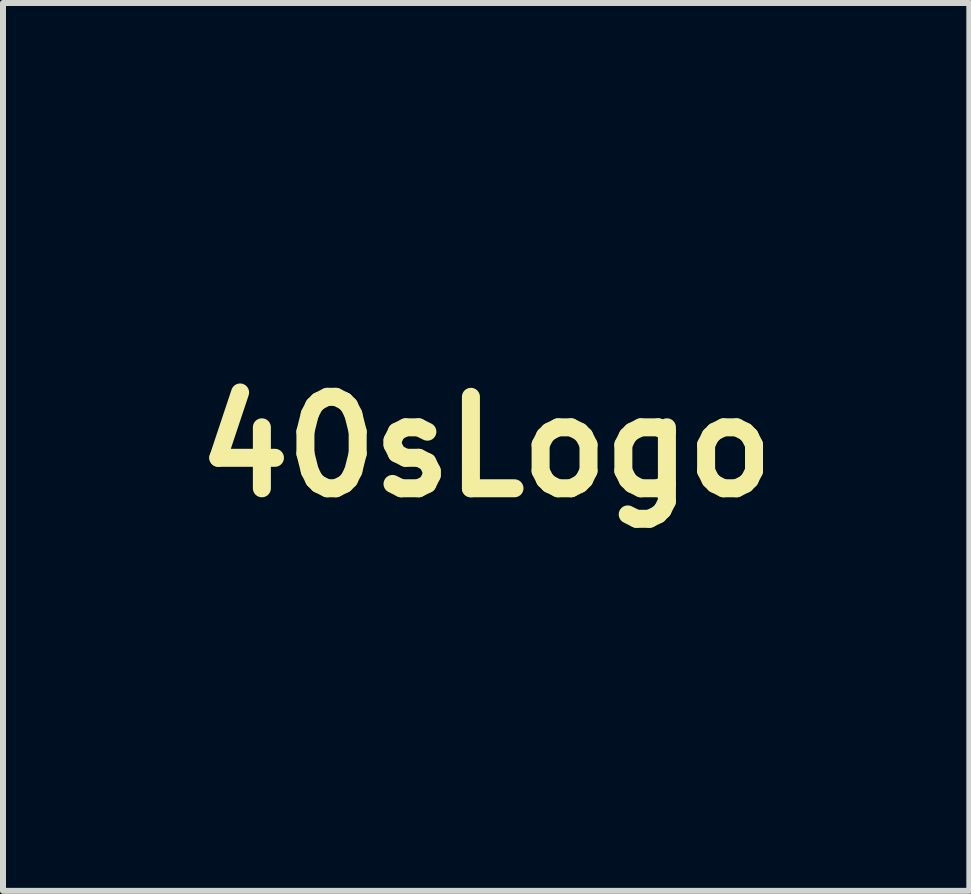
<source format=kicad_pcb>
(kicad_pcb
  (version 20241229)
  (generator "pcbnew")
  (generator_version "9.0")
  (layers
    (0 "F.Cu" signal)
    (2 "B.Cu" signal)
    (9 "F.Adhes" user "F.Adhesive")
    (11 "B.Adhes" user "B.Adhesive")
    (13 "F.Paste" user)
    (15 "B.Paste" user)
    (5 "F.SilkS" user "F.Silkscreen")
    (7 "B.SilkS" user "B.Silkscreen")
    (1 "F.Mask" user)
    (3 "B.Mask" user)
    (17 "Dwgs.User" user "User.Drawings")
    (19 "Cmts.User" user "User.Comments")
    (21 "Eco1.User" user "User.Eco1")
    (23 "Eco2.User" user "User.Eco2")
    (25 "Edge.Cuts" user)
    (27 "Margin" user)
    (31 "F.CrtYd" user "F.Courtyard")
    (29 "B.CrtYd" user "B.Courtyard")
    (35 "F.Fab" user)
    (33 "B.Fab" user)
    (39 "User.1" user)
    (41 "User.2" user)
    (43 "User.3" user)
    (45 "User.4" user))
  (footprint "40sLogo"
    (layer "F.Cu")
    (at 5.051 4.397)
    (property "Reference" "40sLogo" (at 0 0 0) (layer "F.SilkS") (effects (font (size 1.524 1.524) (thickness 0.3))))
    (attr through_hole)
    (fp_poly (pts (xy 1.629 0.279) (xy 1.756 0.314) (xy 1.874 0.371) (xy 1.979 0.448) (xy 2.063 0.537) (xy 2.123 0.626) (xy 2.166 0.717) (xy 2.191 0.818) (xy 2.203 0.932) (xy 2.203 0.978) (xy 2.198 1.09) (xy 2.181 1.187) (xy 2.15 1.275) (xy 2.111 1.35) (xy 2.035 1.456) (xy 1.944 1.542) (xy 1.838 1.61) (xy 1.72 1.657) (xy 1.593 1.682) (xy 1.458 1.686) (xy 1.338 1.67) (xy 1.21 1.634) (xy 1.098 1.576) (xy 0.999 1.498) (xy 0.915 1.399) (xy 0.86 1.308) (xy 0.836 1.253) (xy 0.815 1.183) (xy 0.797 1.106) (xy 0.785 1.031) (xy 0.782 0.983) (xy 1.233 0.983) (xy 1.243 1.052) (xy 1.27 1.117) (xy 1.316 1.174) (xy 1.372 1.215) (xy 1.44 1.239) (xy 1.514 1.244) (xy 1.588 1.23) (xy 1.645 1.203) (xy 1.699 1.16) (xy 1.733 1.113) (xy 1.752 1.055) (xy 1.757 0.981) (xy 1.757 0.978) (xy 1.755 0.915) (xy 1.747 0.872) (xy 1.736 0.847) (xy 1.679 0.781) (xy 1.611 0.737) (xy 1.533 0.716) (xy 1.447 0.719) (xy 1.43 0.723) (xy 1.359 0.75) (xy 1.303 0.794) (xy 1.263 0.85) (xy 1.24 0.914) (xy 1.233 0.983) (xy 0.782 0.983) (xy 0.78 0.966) (xy 0.782 0.927) (xy 0.811 0.789) (xy 0.853 0.671) (xy 0.909 0.57) (xy 0.94 0.529) (xy 0.983 0.482) (xy 1.033 0.435) (xy 1.084 0.394) (xy 1.129 0.364) (xy 1.144 0.356) (xy 1.176 0.341) (xy 1.194 0.331) (xy 1.247 0.307) (xy 1.317 0.287) (xy 1.396 0.273) (xy 1.477 0.267) (xy 1.495 0.267) (xy 1.629 0.279)) (stroke (width 0.01) (type solid)) (fill yes) (layer "F.Mask"))
    (fp_poly (pts (xy 3.694 2.947) (xy 3.748 2.95) (xy 3.792 2.957) (xy 3.835 2.967) (xy 3.873 2.979) (xy 3.921 2.997) (xy 3.961 3.015) (xy 3.986 3.028) (xy 3.989 3.03) (xy 4.012 3.045) (xy 4.024 3.048) (xy 4.04 3.057) (xy 4.068 3.08) (xy 4.104 3.114) (xy 4.143 3.153) (xy 4.18 3.193) (xy 4.211 3.229) (xy 4.231 3.256) (xy 4.236 3.266) (xy 4.25 3.298) (xy 4.26 3.315) (xy 4.272 3.336) (xy 4.287 3.373) (xy 4.303 3.42) (xy 4.306 3.429) (xy 4.331 3.542) (xy 4.338 3.663) (xy 4.328 3.783) (xy 4.307 3.873) (xy 4.29 3.921) (xy 4.274 3.961) (xy 4.262 3.986) (xy 4.26 3.988) (xy 4.244 4.015) (xy 4.236 4.037) (xy 4.221 4.061) (xy 4.193 4.096) (xy 4.154 4.138) (xy 4.111 4.18) (xy 4.068 4.219) (xy 4.03 4.249) (xy 4.013 4.26) (xy 3.949 4.294) (xy 3.895 4.318) (xy 3.843 4.334) (xy 3.785 4.343) (xy 3.715 4.348) (xy 3.658 4.35) (xy 3.59 4.351) (xy 3.528 4.351) (xy 3.477 4.349) (xy 3.445 4.346) (xy 3.442 4.345) (xy 3.374 4.323) (xy 3.298 4.287) (xy 3.223 4.241) (xy 3.157 4.191) (xy 3.145 4.179) (xy 3.105 4.139) (xy 3.066 4.094) (xy 3.033 4.052) (xy 3.009 4.016) (xy 2.997 3.993) (xy 2.997 3.99) (xy 2.992 3.974) (xy 2.978 3.945) (xy 2.972 3.934) (xy 2.959 3.901) (xy 2.944 3.851) (xy 2.931 3.793) (xy 2.927 3.769) (xy 2.918 3.709) (xy 2.913 3.664) (xy 2.914 3.648) (xy 3.359 3.648) (xy 3.366 3.715) (xy 3.387 3.771) (xy 3.388 3.773) (xy 3.443 3.843) (xy 3.507 3.892) (xy 3.578 3.918) (xy 3.653 3.922) (xy 3.728 3.901) (xy 3.744 3.893) (xy 3.802 3.857) (xy 3.842 3.816) (xy 3.869 3.763) (xy 3.881 3.725) (xy 3.892 3.68) (xy 3.895 3.647) (xy 3.891 3.614) (xy 3.882 3.58) (xy 3.85 3.505) (xy 3.801 3.449) (xy 3.734 3.409) (xy 3.724 3.405) (xy 3.663 3.385) (xy 3.613 3.381) (xy 3.563 3.391) (xy 3.536 3.401) (xy 3.469 3.437) (xy 3.419 3.484) (xy 3.391 3.523) (xy 3.368 3.581) (xy 3.359 3.648) (xy 2.914 3.648) (xy 2.914 3.622) (xy 2.92 3.573) (xy 2.927 3.532) (xy 2.939 3.474) (xy 2.953 3.42) (xy 2.967 3.379) (xy 2.972 3.368) (xy 2.988 3.337) (xy 2.997 3.316) (xy 2.997 3.312) (xy 3.006 3.287) (xy 3.031 3.251) (xy 3.067 3.207) (xy 3.111 3.159) (xy 3.159 3.113) (xy 3.205 3.073) (xy 3.247 3.042) (xy 3.257 3.036) (xy 3.335 2.996) (xy 3.409 2.969) (xy 3.487 2.954) (xy 3.577 2.947) (xy 3.623 2.946) (xy 3.694 2.947)) (stroke (width 0.01) (type solid)) (fill yes) (layer "F.Mask"))
    (fp_poly (pts (xy -1.221 -4.375) (xy -1.165 -4.335) (xy -1.119 -4.271) (xy -1.115 -4.266) (xy -1.109 -4.253) (xy -1.103 -4.24) (xy -1.098 -4.225) (xy -1.095 -4.205) (xy -1.092 -4.178) (xy -1.089 -4.143) (xy -1.087 -4.096) (xy -1.085 -4.035) (xy -1.084 -3.959) (xy -1.083 -3.864) (xy -1.081 -3.75) (xy -1.08 -3.612) (xy -1.079 -3.575) (xy -1.073 -2.94) (xy -1.016 -2.943) (xy -0.969 -2.949) (xy -0.923 -2.961) (xy -0.914 -2.964) (xy -0.872 -2.979) (xy -0.812 -2.996) (xy -0.741 -3.013) (xy -0.668 -3.03) (xy -0.629 -3.037) (xy -0.584 -3.046) (xy -0.527 -3.057) (xy -0.468 -3.07) (xy -0.464 -3.071) (xy -0.412 -3.078) (xy -0.339 -3.085) (xy -0.25 -3.089) (xy -0.15 -3.093) (xy -0.042 -3.094) (xy 0.069 -3.094) (xy 0.177 -3.093) (xy 0.28 -3.09) (xy 0.372 -3.086) (xy 0.448 -3.08) (xy 0.505 -3.072) (xy 0.514 -3.07) (xy 0.571 -3.058) (xy 0.627 -3.046) (xy 0.67 -3.037) (xy 0.673 -3.036) (xy 0.74 -3.02) (xy 0.814 -3) (xy 0.89 -2.978) (xy 0.961 -2.956) (xy 1.021 -2.935) (xy 1.064 -2.917) (xy 1.071 -2.914) (xy 1.1 -2.901) (xy 1.121 -2.896) (xy 1.121 -2.896) (xy 1.143 -2.89) (xy 1.184 -2.873) (xy 1.239 -2.848) (xy 1.304 -2.816) (xy 1.377 -2.779) (xy 1.452 -2.739) (xy 1.526 -2.699) (xy 1.595 -2.659) (xy 1.636 -2.635) (xy 1.804 -2.523) (xy 1.975 -2.389) (xy 2.145 -2.238) (xy 2.311 -2.071) (xy 2.382 -1.993) (xy 2.418 -1.951) (xy 2.461 -1.896) (xy 2.507 -1.834) (xy 2.552 -1.771) (xy 2.593 -1.712) (xy 2.625 -1.662) (xy 2.646 -1.626) (xy 2.646 -1.626) (xy 2.658 -1.603) (xy 2.677 -1.57) (xy 2.686 -1.556) (xy 2.773 -1.394) (xy 2.853 -1.213) (xy 2.924 -1.017) (xy 2.985 -0.813) (xy 3.033 -0.605) (xy 3.06 -0.451) (xy 3.069 -0.398) (xy 3.078 -0.348) (xy 3.086 -0.315) (xy 3.1 -0.268) (xy 4.148 -0.26) (xy 4.201 -0.225) (xy 4.246 -0.191) (xy 4.275 -0.157) (xy 4.292 -0.115) (xy 4.298 -0.058) (xy 4.299 -0.019) (xy 4.299 0.083) (xy 4.19 0.248) (xy 4.143 0.319) (xy 4.088 0.402) (xy 4.031 0.489) (xy 3.976 0.571) (xy 3.955 0.603) (xy 3.914 0.666) (xy 3.876 0.722) (xy 3.846 0.769) (xy 3.825 0.801) (xy 3.816 0.815) (xy 3.802 0.837) (xy 3.779 0.871) (xy 3.762 0.895) (xy 3.74 0.929) (xy 3.725 0.954) (xy 3.721 0.964) (xy 3.713 0.979) (xy 3.696 0.997) (xy 3.677 1.017) (xy 3.67 1.03) (xy 3.664 1.045) (xy 3.646 1.074) (xy 3.629 1.099) (xy 3.604 1.136) (xy 3.583 1.166) (xy 3.575 1.179) (xy 3.564 1.196) (xy 3.541 1.232) (xy 3.506 1.284) (xy 3.463 1.351) (xy 3.411 1.43) (xy 3.352 1.519) (xy 3.289 1.615) (xy 3.222 1.716) (xy 3.153 1.821) (xy 3.083 1.926) (xy 3.015 2.029) (xy 2.949 2.129) (xy 2.887 2.223) (xy 2.83 2.308) (xy 2.781 2.382) (xy 2.74 2.444) (xy 2.709 2.49) (xy 2.692 2.515) (xy 2.679 2.534) (xy 2.654 2.572) (xy 2.619 2.626) (xy 2.575 2.692) (xy 2.525 2.767) (xy 2.47 2.85) (xy 2.413 2.936) (xy 2.355 3.023) (xy 2.299 3.109) (xy 2.245 3.189) (xy 2.197 3.262) (xy 2.155 3.325) (xy 2.123 3.374) (xy 2.101 3.407) (xy 2.095 3.416) (xy 2.069 3.457) (xy 2.032 3.512) (xy 1.988 3.579) (xy 1.937 3.655) (xy 1.883 3.737) (xy 1.825 3.823) (xy 1.768 3.909) (xy 1.712 3.993) (xy 1.659 4.072) (xy 1.611 4.143) (xy 1.571 4.203) (xy 1.539 4.25) (xy 1.518 4.28) (xy 1.511 4.291) (xy 1.46 4.341) (xy 1.4 4.372) (xy 1.335 4.383) (xy 1.271 4.376) (xy 1.212 4.351) (xy 1.162 4.311) (xy 1.125 4.254) (xy 1.109 4.204) (xy 1.106 4.176) (xy 1.108 4.146) (xy 1.116 4.112) (xy 1.131 4.073) (xy 1.156 4.024) (xy 1.19 3.965) (xy 1.236 3.891) (xy 1.294 3.801) (xy 1.342 3.728) (xy 1.397 3.645) (xy 1.449 3.567) (xy 1.495 3.497) (xy 1.535 3.437) (xy 1.565 3.392) (xy 1.583 3.363) (xy 1.586 3.359) (xy 1.608 3.326) (xy 1.624 3.302) (xy 1.629 3.296) (xy 1.645 3.273) (xy 1.67 3.236) (xy 1.702 3.188) (xy 1.738 3.133) (xy 1.777 3.074) (xy 1.814 3.016) (xy 1.848 2.963) (xy 1.876 2.919) (xy 1.896 2.887) (xy 1.905 2.871) (xy 1.905 2.871) (xy 1.913 2.856) (xy 1.93 2.838) (xy 1.949 2.816) (xy 1.956 2.8) (xy 1.964 2.781) (xy 1.981 2.762) (xy 2 2.74) (xy 2.007 2.724) (xy 2.015 2.705) (xy 2.032 2.686) (xy 2.051 2.666) (xy 2.057 2.653) (xy 2.064 2.638) (xy 2.082 2.609) (xy 2.099 2.584) (xy 2.124 2.547) (xy 2.145 2.517) (xy 2.153 2.504) (xy 2.164 2.486) (xy 2.186 2.452) (xy 2.216 2.406) (xy 2.251 2.352) (xy 2.288 2.297) (xy 2.323 2.243) (xy 2.354 2.196) (xy 2.378 2.16) (xy 2.382 2.154) (xy 2.403 2.123) (xy 2.419 2.098) (xy 2.42 2.097) (xy 2.434 2.075) (xy 2.456 2.041) (xy 2.47 2.021) (xy 2.495 1.985) (xy 2.514 1.955) (xy 2.521 1.944) (xy 2.531 1.928) (xy 2.554 1.894) (xy 2.586 1.845) (xy 2.626 1.785) (xy 2.672 1.716) (xy 2.706 1.663) (xy 2.749 1.6) (xy 2.803 1.518) (xy 2.866 1.422) (xy 2.937 1.315) (xy 3.013 1.2) (xy 3.092 1.081) (xy 3.172 0.961) (xy 3.249 0.845) (xy 3.32 0.737) (xy 3.388 0.635) (xy 3.45 0.542) (xy 3.506 0.458) (xy 3.554 0.386) (xy 3.592 0.329) (xy 3.62 0.288) (xy 3.636 0.265) (xy 3.638 0.261) (xy 3.65 0.243) (xy 3.652 0.229) (xy 3.642 0.219) (xy 3.618 0.212) (xy 3.577 0.207) (xy 3.518 0.205) (xy 3.436 0.203) (xy 3.37 0.203) (xy 3.28 0.203) (xy 3.213 0.203) (xy 3.163 0.206) (xy 3.129 0.213) (xy 3.107 0.227) (xy 3.093 0.251) (xy 3.084 0.285) (xy 3.076 0.332) (xy 3.068 0.387) (xy 3.037 0.562) (xy 3.002 0.726) (xy 2.963 0.878) (xy 2.922 1.012) (xy 2.88 1.126) (xy 2.863 1.164) (xy 2.851 1.193) (xy 2.845 1.212) (xy 2.845 1.213) (xy 2.839 1.235) (xy 2.821 1.275) (xy 2.795 1.328) (xy 2.763 1.392) (xy 2.725 1.461) (xy 2.686 1.533) (xy 2.645 1.603) (xy 2.607 1.666) (xy 2.58 1.708) (xy 2.463 1.871) (xy 2.326 2.033) (xy 2.175 2.19) (xy 2.015 2.336) (xy 1.851 2.468) (xy 1.686 2.579) (xy 1.672 2.588) (xy 1.645 2.605) (xy 1.608 2.628) (xy 1.587 2.641) (xy 1.557 2.659) (xy 1.513 2.684) (xy 1.459 2.712) (xy 1.4 2.743) (xy 1.34 2.773) (xy 1.285 2.801) (xy 1.238 2.824) (xy 1.204 2.839) (xy 1.188 2.845) (xy 1.188 2.845) (xy 1.171 2.85) (xy 1.14 2.862) (xy 1.125 2.869) (xy 1.056 2.898) (xy 0.983 2.926) (xy 0.917 2.948) (xy 0.883 2.958) (xy 0.84 2.969) (xy 0.788 2.982) (xy 0.762 2.989) (xy 0.678 3.011) (xy 0.604 3.027) (xy 0.534 3.04) (xy 0.461 3.051) (xy 0.375 3.06) (xy 0.279 3.069) (xy 0.192 3.076) (xy 0.121 3.081) (xy 0.06 3.083) (xy 0.001 3.083) (xy -0.063 3.08) (xy -0.138 3.075) (xy -0.22 3.069) (xy -0.301 3.062) (xy -0.376 3.054) (xy -0.441 3.047) (xy -0.491 3.041) (xy -0.52 3.036) (xy -0.522 3.035) (xy -0.558 3.026) (xy -0.608 3.015) (xy -0.661 3.004) (xy -0.662 3.004) (xy -0.777 2.98) (xy -0.878 2.954) (xy -0.958 2.928) (xy -0.98 2.92) (xy -1.002 2.911) (xy -1.02 2.903) (xy -1.035 2.899) (xy -1.048 2.901) (xy -1.057 2.91) (xy -1.065 2.928) (xy -1.071 2.958) (xy -1.075 3.001) (xy -1.078 3.059) (xy -1.079 3.133) (xy -1.081 3.227) (xy -1.081 3.341) (xy -1.082 3.478) (xy -1.082 3.554) (xy -1.086 4.197) (xy -1.118 4.264) (xy -1.142 4.308) (xy -1.169 4.337) (xy -1.21 4.362) (xy -1.212 4.363) (xy -1.261 4.384) (xy -1.299 4.392) (xy -1.338 4.386) (xy -1.387 4.366) (xy -1.391 4.364) (xy -1.442 4.336) (xy -1.477 4.305) (xy -1.501 4.264) (xy -1.516 4.224) (xy -1.52 4.208) (xy -1.524 4.188) (xy -1.527 4.161) (xy -1.53 4.127) (xy -1.532 4.082) (xy -1.534 4.025) (xy -1.535 3.954) (xy -1.536 3.865) (xy -1.536 3.758) (xy -1.537 3.631) (xy -1.537 3.48) (xy -1.537 3.455) (xy -1.537 3.304) (xy -1.538 3.166) (xy -1.539 3.043) (xy -1.54 2.935) (xy -1.542 2.846) (xy -1.544 2.777) (xy -1.546 2.73) (xy -1.549 2.706) (xy -1.549 2.705) (xy -1.575 2.658) (xy -1.602 2.635) (xy -1.637 2.612) (xy -1.668 2.592) (xy -1.67 2.591) (xy -1.698 2.572) (xy -1.735 2.547) (xy -1.747 2.539) (xy -1.793 2.506) (xy -1.852 2.461) (xy -1.92 2.407) (xy -1.964 2.37) (xy -1.08 2.37) (xy -1.051 2.396) (xy -1.033 2.408) (xy -1.005 2.423) (xy -0.964 2.441) (xy -0.906 2.464) (xy -0.829 2.493) (xy -0.787 2.508) (xy -0.722 2.529) (xy -0.642 2.551) (xy -0.559 2.571) (xy -0.482 2.586) (xy -0.451 2.591) (xy -0.396 2.599) (xy -0.341 2.608) (xy -0.305 2.615) (xy -0.26 2.621) (xy -0.195 2.624) (xy -0.114 2.625) (xy -0.023 2.624) (xy 0.073 2.622) (xy 0.169 2.617) (xy 0.261 2.611) (xy 0.343 2.604) (xy 0.411 2.595) (xy 0.415 2.594) (xy 0.475 2.583) (xy 0.527 2.574) (xy 0.564 2.566) (xy 0.582 2.561) (xy 0.582 2.561) (xy 0.6 2.554) (xy 0.635 2.544) (xy 0.675 2.535) (xy 0.806 2.499) (xy 0.947 2.449) (xy 1.101 2.383) (xy 1.194 2.34) (xy 1.252 2.311) (xy 1.305 2.284) (xy 1.347 2.262) (xy 1.371 2.248) (xy 1.372 2.247) (xy 1.399 2.229) (xy 1.439 2.203) (xy 1.476 2.179) (xy 1.608 2.086) (xy 1.742 1.973) (xy 1.875 1.845) (xy 2.002 1.706) (xy 2.048 1.651) (xy 2.082 1.607) (xy 2.123 1.548) (xy 2.169 1.482) (xy 2.214 1.413) (xy 2.256 1.348) (xy 2.29 1.292) (xy 2.312 1.253) (xy 2.33 1.216) (xy 2.346 1.188) (xy 2.35 1.181) (xy 2.364 1.155) (xy 2.375 1.13) (xy 2.389 1.099) (xy 2.4 1.079) (xy 2.405 1.069) (xy 2.413 1.054) (xy 2.424 1.029) (xy 2.44 0.991) (xy 2.462 0.938) (xy 2.491 0.865) (xy 2.501 0.842) (xy 2.516 0.801) (xy 2.525 0.766) (xy 2.527 0.751) (xy 2.531 0.726) (xy 2.542 0.687) (xy 2.551 0.658) (xy 2.565 0.613) (xy 2.579 0.555) (xy 2.592 0.488) (xy 2.604 0.419) (xy 2.614 0.352) (xy 2.621 0.294) (xy 2.624 0.25) (xy 2.622 0.227) (xy 2.62 0.223) (xy 2.617 0.22) (xy 2.61 0.218) (xy 2.598 0.216) (xy 2.581 0.213) (xy 2.557 0.212) (xy 2.525 0.21) (xy 2.484 0.209) (xy 2.432 0.208) (xy 2.369 0.207) (xy 2.292 0.206) (xy 2.201 0.206) (xy 2.095 0.205) (xy 1.972 0.205) (xy 1.831 0.205) (xy 1.671 0.205) (xy 1.491 0.205) (xy 1.289 0.205) (xy 1.065 0.206) (xy 0.817 0.206) (xy 0.771 0.206) (xy -1.073 0.21) (xy -1.076 1.29) (xy -1.08 2.37) (xy -1.964 2.37) (xy -1.991 2.348) (xy -2.061 2.289) (xy -2.123 2.234) (xy -2.174 2.188) (xy -2.183 2.18) (xy -2.267 2.092) (xy -2.357 1.989) (xy -2.447 1.877) (xy -2.533 1.761) (xy -2.612 1.647) (xy -2.679 1.539) (xy -2.722 1.46) (xy -2.743 1.42) (xy -2.76 1.387) (xy -2.768 1.372) (xy -2.789 1.332) (xy -2.81 1.289) (xy -2.828 1.248) (xy -2.841 1.216) (xy -2.845 1.202) (xy -2.85 1.182) (xy -2.865 1.151) (xy -2.87 1.14) (xy -2.886 1.106) (xy -2.895 1.081) (xy -2.896 1.077) (xy -2.9 1.056) (xy -2.911 1.022) (xy -2.92 0.997) (xy -2.947 0.917) (xy -2.975 0.823) (xy -3.001 0.723) (xy -3.025 0.624) (xy -3.043 0.533) (xy -3.054 0.458) (xy -3.054 0.457) (xy -3.064 0.378) (xy -3.077 0.31) (xy -3.091 0.256) (xy -2.623 0.256) (xy -2.619 0.298) (xy -2.611 0.352) (xy -2.604 0.391) (xy -2.593 0.449) (xy -2.585 0.499) (xy -2.579 0.536) (xy -2.578 0.549) (xy -2.574 0.576) (xy -2.563 0.621) (xy -2.547 0.679) (xy -2.526 0.746) (xy -2.504 0.816) (xy -2.481 0.884) (xy -2.46 0.944) (xy -2.441 0.992) (xy -2.436 1.003) (xy -2.358 1.168) (xy -2.279 1.315) (xy -2.196 1.448) (xy -2.105 1.573) (xy -2.002 1.695) (xy -1.883 1.821) (xy -1.797 1.905) (xy -1.727 1.972) (xy -1.672 2.024) (xy -1.632 2.06) (xy -1.603 2.085) (xy -1.583 2.099) (xy -1.572 2.104) (xy -1.568 2.104) (xy -1.566 2.09) (xy -1.563 2.051) (xy -1.561 1.988) (xy -1.56 1.9) (xy -1.558 1.788) (xy -1.557 1.652) (xy -1.556 1.492) (xy -1.556 1.309) (xy -1.556 1.155) (xy -1.556 0.21) (xy -2.086 0.206) (xy -2.616 0.203) (xy -2.623 0.232) (xy -2.623 0.256) (xy -3.091 0.256) (xy -3.091 0.255) (xy -3.104 0.22) (xy -3.109 0.213) (xy -3.115 0.208) (xy -3.126 0.204) (xy -3.144 0.2) (xy -3.17 0.197) (xy -3.209 0.195) (xy -3.261 0.193) (xy -3.329 0.191) (xy -3.416 0.19) (xy -3.524 0.189) (xy -3.643 0.188) (xy -3.772 0.187) (xy -3.878 0.186) (xy -3.963 0.185) (xy -4.031 0.183) (xy -4.083 0.181) (xy -4.123 0.179) (xy -4.152 0.176) (xy -4.174 0.172) (xy -4.19 0.167) (xy -4.204 0.161) (xy -4.209 0.159) (xy -4.249 0.132) (xy -4.288 0.096) (xy -4.297 0.086) (xy -4.319 0.054) (xy -4.331 0.023) (xy -4.335 -0.018) (xy -4.335 -0.038) (xy -4.331 -0.093) (xy -4.32 -0.128) (xy -4.314 -0.137) (xy -4.297 -0.16) (xy -4.292 -0.172) (xy -4.285 -0.187) (xy -4.267 -0.218) (xy -4.239 -0.261) (xy -4.223 -0.284) (xy -3.652 -0.284) (xy -3.652 -0.283) (xy -3.645 -0.278) (xy -3.628 -0.273) (xy -3.597 -0.27) (xy -3.551 -0.269) (xy -3.485 -0.269) (xy -3.397 -0.269) (xy -3.375 -0.27) (xy -3.105 -0.273) (xy -3.09 -0.306) (xy -2.626 -0.306) (xy -2.621 -0.293) (xy -2.608 -0.284) (xy -2.585 -0.277) (xy -2.55 -0.272) (xy -2.501 -0.269) (xy -2.436 -0.268) (xy -2.352 -0.268) (xy -2.248 -0.269) (xy -2.121 -0.27) (xy -2.085 -0.27) (xy -1.556 -0.273) (xy -1.556 -1.193) (xy -1.556 -1.383) (xy -1.556 -1.549) (xy -1.557 -1.691) (xy -1.558 -1.812) (xy -1.559 -1.91) (xy -1.561 -1.988) (xy -1.563 -2.047) (xy -1.565 -2.088) (xy -1.567 -2.111) (xy -1.57 -2.117) (xy -1.589 -2.112) (xy -1.621 -2.09) (xy -1.666 -2.055) (xy -1.719 -2.008) (xy -1.778 -1.953) (xy -1.84 -1.892) (xy -1.903 -1.828) (xy -1.963 -1.764) (xy -2.019 -1.701) (xy -2.042 -1.673) (xy -2.088 -1.614) (xy -2.138 -1.547) (xy -2.188 -1.476) (xy -2.235 -1.407) (xy -2.275 -1.344) (xy -2.306 -1.292) (xy -2.319 -1.267) (xy -2.335 -1.234) (xy -2.357 -1.189) (xy -2.382 -1.143) (xy -2.403 -1.1) (xy -2.419 -1.065) (xy -2.425 -1.044) (xy -2.425 -1.043) (xy -2.432 -1.021) (xy -2.445 -0.993) (xy -2.466 -0.947) (xy -2.489 -0.886) (xy -2.51 -0.82) (xy -2.517 -0.794) (xy -2.531 -0.746) (xy -2.546 -0.697) (xy -2.548 -0.691) (xy -2.559 -0.653) (xy -2.571 -0.601) (xy -2.583 -0.543) (xy -2.585 -0.532) (xy -2.595 -0.474) (xy -2.606 -0.416) (xy -2.614 -0.371) (xy -2.616 -0.365) (xy -2.621 -0.341) (xy -2.625 -0.322) (xy -2.626 -0.306) (xy -3.09 -0.306) (xy -3.088 -0.31) (xy -3.078 -0.34) (xy -3.068 -0.387) (xy -3.059 -0.439) (xy -3.059 -0.443) (xy -3.046 -0.53) (xy -3.027 -0.63) (xy -3.005 -0.733) (xy -2.981 -0.829) (xy -2.971 -0.864) (xy -2.943 -0.955) (xy -2.917 -1.035) (xy -2.894 -1.101) (xy -2.876 -1.148) (xy -2.862 -1.174) (xy -2.848 -1.202) (xy -2.845 -1.219) (xy -2.839 -1.237) (xy -2.824 -1.272) (xy -2.802 -1.319) (xy -2.776 -1.374) (xy -2.747 -1.432) (xy -2.719 -1.487) (xy -2.693 -1.535) (xy -2.673 -1.57) (xy -2.662 -1.587) (xy -2.647 -1.609) (xy -2.625 -1.643) (xy -2.61 -1.67) (xy -2.57 -1.733) (xy -2.517 -1.809) (xy -2.455 -1.892) (xy -2.387 -1.977) (xy -2.317 -2.06) (xy -2.296 -2.083) (xy -2.15 -2.234) (xy -1.985 -2.381) (xy -1.966 -2.396) (xy -1.079 -2.396) (xy -1.079 -1.351) (xy -1.079 -1.19) (xy -1.079 -1.036) (xy -1.079 -0.892) (xy -1.078 -0.758) (xy -1.077 -0.637) (xy -1.077 -0.53) (xy -1.076 -0.441) (xy -1.075 -0.37) (xy -1.074 -0.32) (xy -1.072 -0.292) (xy -1.072 -0.287) (xy -1.069 -0.284) (xy -1.062 -0.282) (xy -1.05 -0.279) (xy -1.032 -0.277) (xy -1.005 -0.275) (xy -0.97 -0.274) (xy -0.925 -0.272) (xy -0.869 -0.271) (xy -0.8 -0.27) (xy -0.718 -0.269) (xy -0.62 -0.269) (xy -0.507 -0.268) (xy -0.376 -0.268) (xy -0.227 -0.267) (xy -0.058 -0.267) (xy 0.132 -0.267) (xy 0.344 -0.267) (xy 0.579 -0.267) (xy 0.775 -0.267) (xy 2.613 -0.267) (xy 2.621 -0.296) (xy 2.622 -0.322) (xy 2.617 -0.364) (xy 2.609 -0.413) (xy 2.609 -0.413) (xy 2.597 -0.471) (xy 2.585 -0.531) (xy 2.578 -0.572) (xy 2.568 -0.624) (xy 2.555 -0.678) (xy 2.549 -0.699) (xy 2.537 -0.737) (xy 2.52 -0.79) (xy 2.501 -0.849) (xy 2.495 -0.87) (xy 2.477 -0.923) (xy 2.46 -0.969) (xy 2.447 -1.001) (xy 2.442 -1.009) (xy 2.429 -1.035) (xy 2.426 -1.049) (xy 2.419 -1.076) (xy 2.401 -1.12) (xy 2.373 -1.178) (xy 2.337 -1.245) (xy 2.296 -1.317) (xy 2.252 -1.391) (xy 2.208 -1.462) (xy 2.177 -1.508) (xy 2.137 -1.564) (xy 2.104 -1.61) (xy 2.074 -1.649) (xy 2.043 -1.686) (xy 2.008 -1.725) (xy 1.964 -1.771) (xy 1.907 -1.827) (xy 1.872 -1.863) (xy 1.703 -2.018) (xy 1.524 -2.159) (xy 1.338 -2.282) (xy 1.151 -2.384) (xy 1.143 -2.388) (xy 1.099 -2.409) (xy 1.063 -2.427) (xy 1.041 -2.438) (xy 1.041 -2.438) (xy 1.004 -2.455) (xy 0.952 -2.476) (xy 0.891 -2.499) (xy 0.826 -2.522) (xy 0.762 -2.544) (xy 0.706 -2.561) (xy 0.662 -2.573) (xy 0.635 -2.578) (xy 0.635 -2.578) (xy 0.608 -2.583) (xy 0.574 -2.594) (xy 0.57 -2.596) (xy 0.53 -2.607) (xy 0.47 -2.619) (xy 0.395 -2.629) (xy 0.31 -2.638) (xy 0.221 -2.646) (xy 0.131 -2.652) (xy 0.047 -2.655) (xy -0.026 -2.655) (xy -0.074 -2.653) (xy -0.205 -2.641) (xy -0.316 -2.63) (xy -0.407 -2.618) (xy -0.475 -2.608) (xy -0.52 -2.598) (xy -0.521 -2.597) (xy -0.571 -2.584) (xy -0.624 -2.573) (xy -0.635 -2.571) (xy -0.676 -2.563) (xy -0.71 -2.552) (xy -0.718 -2.549) (xy -0.745 -2.538) (xy -0.785 -2.525) (xy -0.806 -2.519) (xy -0.884 -2.497) (xy -0.953 -2.473) (xy -1.009 -2.449) (xy -1.046 -2.427) (xy -1.051 -2.422) (xy -1.079 -2.396) (xy -1.966 -2.396) (xy -1.807 -2.52) (xy -1.686 -2.604) (xy -1.637 -2.638) (xy -1.596 -2.667) (xy -1.568 -2.69) (xy -1.557 -2.701) (xy -1.554 -2.721) (xy -1.552 -2.761) (xy -1.55 -2.817) (xy -1.549 -2.886) (xy -1.548 -2.962) (xy -1.548 -3.043) (xy -1.549 -3.123) (xy -1.55 -3.2) (xy -1.551 -3.268) (xy -1.553 -3.323) (xy -1.556 -3.362) (xy -1.559 -3.38) (xy -1.559 -3.38) (xy -1.572 -3.376) (xy -1.596 -3.35) (xy -1.633 -3.301) (xy -1.66 -3.262) (xy -1.694 -3.211) (xy -1.739 -3.144) (xy -1.791 -3.068) (xy -1.846 -2.986) (xy -1.9 -2.906) (xy -1.911 -2.889) (xy -1.964 -2.811) (xy -2.027 -2.718) (xy -2.096 -2.616) (xy -2.167 -2.51) (xy -2.237 -2.408) (xy -2.288 -2.33) (xy -2.35 -2.239) (xy -2.414 -2.144) (xy -2.477 -2.051) (xy -2.536 -1.964) (xy -2.587 -1.888) (xy -2.626 -1.831) (xy -2.669 -1.767) (xy -2.71 -1.707) (xy -2.744 -1.656) (xy -2.77 -1.617) (xy -2.781 -1.6) (xy -2.803 -1.568) (xy -2.833 -1.522) (xy -2.868 -1.471) (xy -2.885 -1.445) (xy -2.916 -1.401) (xy -2.958 -1.339) (xy -3.011 -1.261) (xy -3.071 -1.172) (xy -3.138 -1.073) (xy -3.208 -0.969) (xy -3.281 -0.862) (xy -3.353 -0.754) (xy -3.424 -0.65) (xy -3.49 -0.552) (xy -3.518 -0.509) (xy -3.561 -0.444) (xy -3.598 -0.386) (xy -3.627 -0.337) (xy -3.646 -0.302) (xy -3.652 -0.284) (xy -4.223 -0.284) (xy -4.204 -0.312) (xy -4.196 -0.324) (xy -4.154 -0.386) (xy -4.109 -0.451) (xy -4.069 -0.51) (xy -4.04 -0.552) (xy -4.007 -0.6) (xy -3.962 -0.667) (xy -3.905 -0.752) (xy -3.838 -0.851) (xy -3.762 -0.963) (xy -3.678 -1.087) (xy -3.589 -1.22) (xy -3.495 -1.36) (xy -3.435 -1.448) (xy -3.29 -1.663) (xy -3.142 -1.883) (xy -2.995 -2.101) (xy -2.854 -2.309) (xy -2.779 -2.419) (xy -2.748 -2.465) (xy -2.707 -2.525) (xy -2.659 -2.597) (xy -2.605 -2.677) (xy -2.547 -2.763) (xy -2.487 -2.852) (xy -2.427 -2.941) (xy -2.369 -3.027) (xy -2.315 -3.107) (xy -2.267 -3.179) (xy -2.226 -3.24) (xy -2.195 -3.286) (xy -2.176 -3.315) (xy -2.172 -3.321) (xy -2.148 -3.357) (xy -2.114 -3.407) (xy -2.073 -3.469) (xy -2.025 -3.541) (xy -1.972 -3.618) (xy -1.918 -3.699) (xy -1.863 -3.78) (xy -1.809 -3.859) (xy -1.759 -3.933) (xy -1.715 -3.998) (xy -1.678 -4.052) (xy -1.65 -4.093) (xy -1.633 -4.116) (xy -1.63 -4.121) (xy -1.618 -4.138) (xy -1.597 -4.169) (xy -1.572 -4.206) (xy -1.515 -4.283) (xy -1.459 -4.34) (xy -1.404 -4.377) (xy -1.369 -4.388) (xy -1.289 -4.392) (xy -1.221 -4.375)) (stroke (width 0.01) (type solid)) (fill yes) (layer "F.Mask")))
  (gr_rect
    (start -3 -3)
    (end 13.102 11.794)
    (stroke (width 0.1) (type default))
    (fill no)
    (layer "Edge.Cuts")))
</source>
